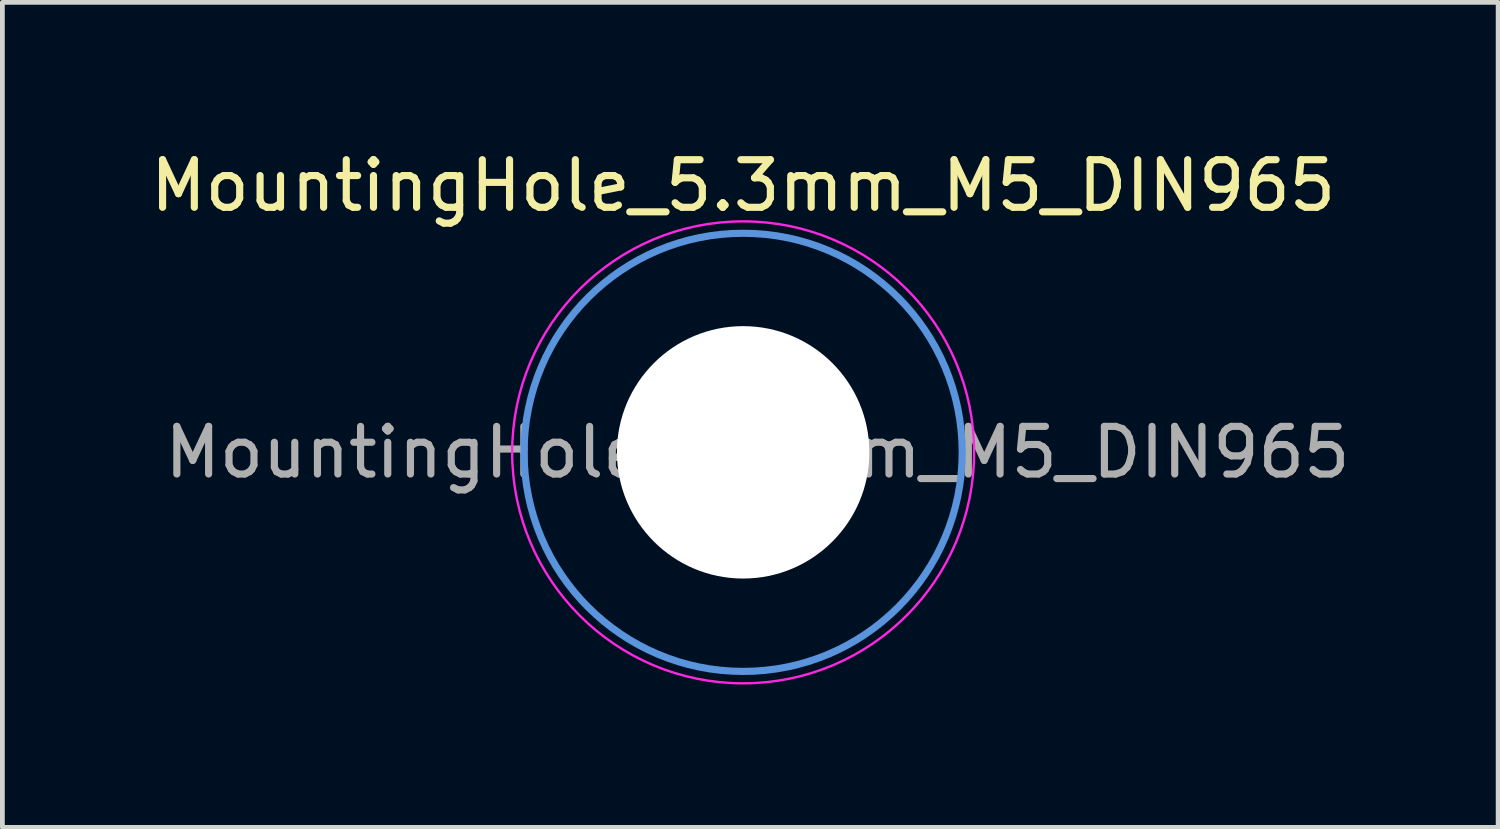
<source format=kicad_pcb>
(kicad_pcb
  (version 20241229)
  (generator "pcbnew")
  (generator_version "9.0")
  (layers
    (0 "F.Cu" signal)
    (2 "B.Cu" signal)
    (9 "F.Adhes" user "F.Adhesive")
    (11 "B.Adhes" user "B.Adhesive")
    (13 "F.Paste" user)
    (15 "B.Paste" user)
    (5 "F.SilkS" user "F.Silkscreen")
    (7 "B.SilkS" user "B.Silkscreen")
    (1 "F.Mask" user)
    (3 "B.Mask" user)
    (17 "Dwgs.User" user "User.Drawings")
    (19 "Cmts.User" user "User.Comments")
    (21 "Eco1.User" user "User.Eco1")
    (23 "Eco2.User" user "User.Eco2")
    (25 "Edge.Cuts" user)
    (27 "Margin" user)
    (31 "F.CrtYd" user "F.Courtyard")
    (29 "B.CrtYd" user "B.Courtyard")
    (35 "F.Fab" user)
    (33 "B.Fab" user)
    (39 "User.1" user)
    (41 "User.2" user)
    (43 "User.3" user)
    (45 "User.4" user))
  (footprint "MountingHole_5.3mm_M5_DIN965"
    (layer "F.Cu")
    (at 12.554 6.448)
    (property "Reference" "MountingHole_5.3mm_M5_DIN965" (at 0 -5.6 0) (layer "F.SilkS") (effects (font (size 1 1) (thickness 0.15))))
    (attr exclude_from_pos_files exclude_from_bom)
    (fp_circle (center 0 0) (end 4.6 0) (stroke (width 0.15) (type solid)) (fill no) (layer "Cmts.User"))
    (fp_circle (center 0 0) (end 4.85 0) (stroke (width 0.05) (type solid)) (fill no) (layer "F.CrtYd"))
    (fp_text user "${REFERENCE}" (at 0.3 0 0) (layer "F.Fab") (effects (font (size 1 1) (thickness 0.15))))
    (pad "" np_thru_hole circle (at 0 0) (size 5.3 5.3) (drill 5.3) (layers "*.Cu" "*.Mask")))
  (gr_rect
    (start -3 -3)
    (end 28.407 14.323)
    (stroke (width 0.1) (type default))
    (fill no)
    (layer "Edge.Cuts")))
</source>
